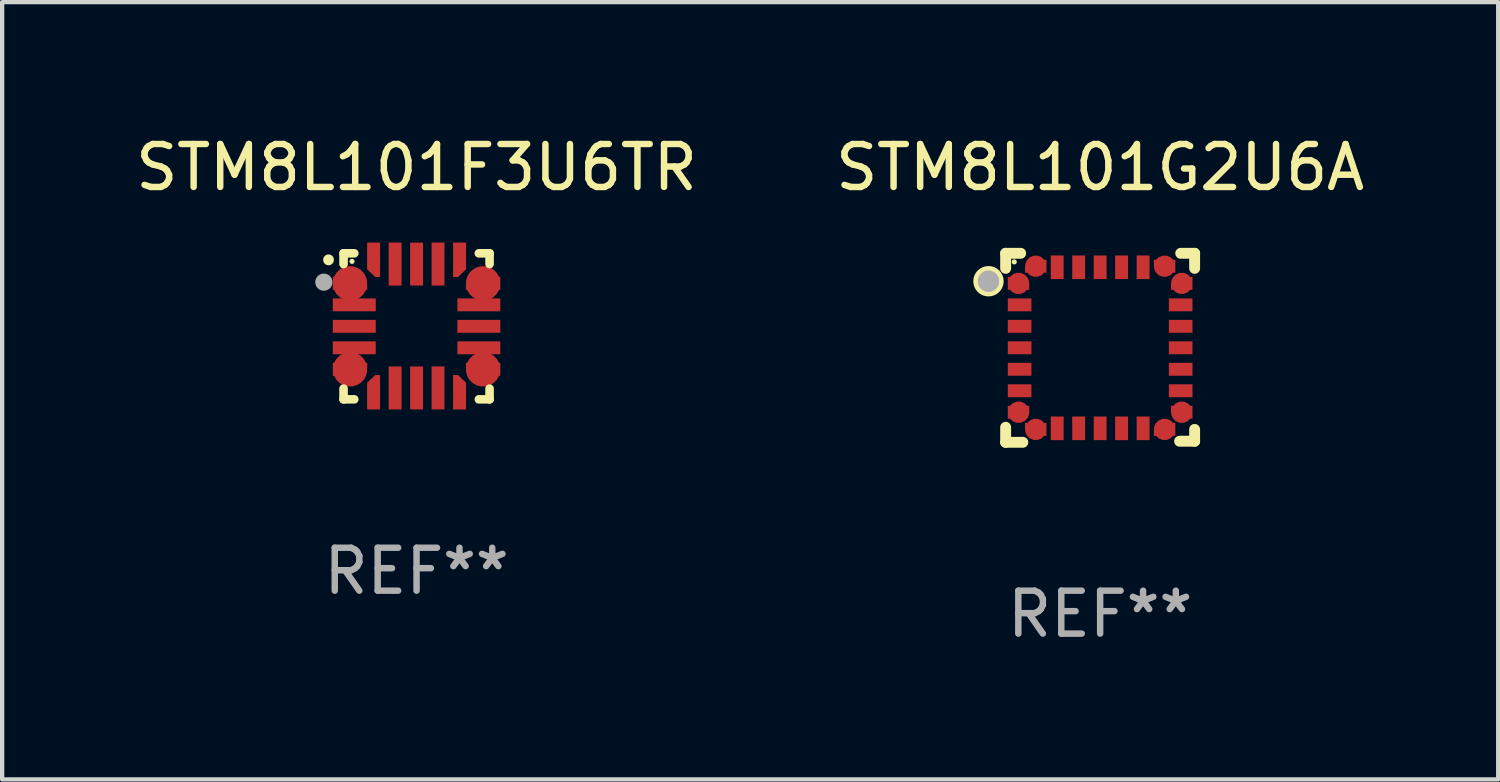
<source format=kicad_pcb>
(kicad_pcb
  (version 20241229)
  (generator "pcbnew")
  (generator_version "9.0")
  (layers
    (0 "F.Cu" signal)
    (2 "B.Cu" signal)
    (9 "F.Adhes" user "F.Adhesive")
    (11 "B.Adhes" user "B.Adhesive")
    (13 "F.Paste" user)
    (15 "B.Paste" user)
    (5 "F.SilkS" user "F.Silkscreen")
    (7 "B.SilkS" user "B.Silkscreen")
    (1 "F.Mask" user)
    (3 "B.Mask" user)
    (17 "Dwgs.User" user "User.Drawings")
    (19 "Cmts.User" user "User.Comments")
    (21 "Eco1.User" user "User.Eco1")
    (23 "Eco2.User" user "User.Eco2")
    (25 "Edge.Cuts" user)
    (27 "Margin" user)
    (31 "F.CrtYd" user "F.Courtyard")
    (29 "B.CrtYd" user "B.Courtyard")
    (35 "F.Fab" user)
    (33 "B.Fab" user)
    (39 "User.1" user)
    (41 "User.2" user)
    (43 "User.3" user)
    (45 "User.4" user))
  (footprint "STM8L101G2U6A"
    (layer "F.Cu")
    (at 22.565 5.048)
    (property "Reference" "STM8L101G2U6A" (at 0 -4.2 0) (layer "F.SilkS") (effects (font (size 1 1) (thickness 0.15))))
    (attr through_hole)
    (fp_line (start -2.2 1.85) (end -2.2 2.2) (stroke (width 0.254) (type solid)) (layer "F.SilkS"))
    (fp_line (start -2.2 2.2) (end -1.8 2.2) (stroke (width 0.254) (type solid)) (layer "F.SilkS"))
    (fp_line (start -2.2 -2.2) (end -2.2 -1.85) (stroke (width 0.254) (type solid)) (layer "F.SilkS"))
    (fp_line (start -1.85 -2.2) (end -2.2 -2.2) (stroke (width 0.254) (type solid)) (layer "F.SilkS"))
    (fp_line (start 1.876 -2.2) (end 2.2 -2.2) (stroke (width 0.254) (type solid)) (layer "F.SilkS"))
    (fp_line (start 2.2 -2.2) (end 2.2 -1.85) (stroke (width 0.254) (type solid)) (layer "F.SilkS"))
    (fp_line (start 2.2 1.9) (end 2.2 2.175) (stroke (width 0.254) (type solid)) (layer "F.SilkS"))
    (fp_line (start 2.2 2.175) (end 1.85 2.175) (stroke (width 0.254) (type solid)) (layer "F.SilkS"))
    (fp_circle (center -2.6 -1.55) (end -2.5 -1.55) (stroke (width 0.254) (type solid)) (fill no) (layer "F.SilkS"))
    (fp_circle (center -2 -2) (end -1.97 -2) (stroke (width 0.06) (type solid)) (fill no) (layer "F.SilkS"))
    (fp_circle (center -2.6 -1.55) (end -2.475 -1.55) (stroke (width 0.25) (type solid)) (fill no) (layer "F.Fab"))
    (fp_text user "REF**" (at 0 6.2 0) (layer "F.Fab") (effects (font (size 1 1) (thickness 0.15))))
    (pad "1" smd custom (at -1.9 -1.5) (size 0.5 0.3) (layers "F.Cu" "F.Mask" "F.Paste") (options (anchor circle)) (primitives (gr_poly (pts (xy -0.25 0.15) (xy 0.25 0.15) (xy 0.25 -0.000076) (xy 0.1 -0.15) (xy -0.25 -0.15)) (width 0) (fill yes))))
    (pad "2" smd rect (at -1.875 -1 90) (size 0.3 0.55) (layers "F.Cu" "F.Mask" "F.Paste"))
    (pad "3" smd rect (at -1.875 -0.5 90) (size 0.3 0.55) (layers "F.Cu" "F.Mask" "F.Paste"))
    (pad "4" smd rect (at -1.875 -0.000152 90) (size 0.3 0.55) (layers "F.Cu" "F.Mask" "F.Paste"))
    (pad "5" smd rect (at -1.875 0.5 90) (size 0.3 0.55) (layers "F.Cu" "F.Mask" "F.Paste"))
    (pad "6" smd rect (at -1.875 1 90) (size 0.3 0.55) (layers "F.Cu" "F.Mask" "F.Paste"))
    (pad "7" smd custom (at -1.9 1.5) (size 0.5 0.3) (layers "F.Cu" "F.Mask" "F.Paste") (options (anchor circle)) (primitives (gr_poly (pts (xy -0.25 -0.15) (xy 0.25 -0.15) (xy 0.25 -0.000102) (xy 0.1 0.15) (xy -0.25 0.15)) (width 0) (fill yes))))
    (pad "8" smd custom (at -1.5 1.9 90) (size 0.5 0.3) (layers "F.Cu" "F.Mask" "F.Paste") (options (anchor circle)) (primitives (gr_poly (pts (xy 0.15 0.25) (xy 0.15 -0.25) (xy -0.000127 -0.25) (xy -0.15 -0.1) (xy -0.15 0.25)) (width 0) (fill yes))))
    (pad "9" smd rect (at -1 1.875) (size 0.3 0.55) (layers "F.Cu" "F.Mask" "F.Paste"))
    (pad "10" smd rect (at -0.5 1.875) (size 0.3 0.55) (layers "F.Cu" "F.Mask" "F.Paste"))
    (pad "11" smd rect (at -0.000152 1.875) (size 0.3 0.55) (layers "F.Cu" "F.Mask" "F.Paste"))
    (pad "12" smd rect (at 0.5 1.875) (size 0.3 0.55) (layers "F.Cu" "F.Mask" "F.Paste"))
    (pad "13" smd rect (at 1 1.875) (size 0.3 0.55) (layers "F.Cu" "F.Mask" "F.Paste"))
    (pad "14" smd custom (at 1.5 1.9 90) (size 0.5 0.3) (layers "F.Cu" "F.Mask" "F.Paste") (options (anchor circle)) (primitives (gr_poly (pts (xy -0.15 0.25) (xy -0.15 -0.25) (xy -0.000051 -0.25) (xy 0.15 -0.1) (xy 0.15 0.25)) (width 0) (fill yes))))
    (pad "15" smd custom (at 1.9 1.5) (size 0.5 0.3) (layers "F.Cu" "F.Mask" "F.Paste") (options (anchor circle)) (primitives (gr_poly (pts (xy 0.25 -0.15) (xy -0.25 -0.15) (xy -0.25 -0.000076) (xy -0.1 0.15) (xy 0.25 0.15)) (width 0) (fill yes))))
    (pad "16" smd rect (at 1.875 1 90) (size 0.3 0.55) (layers "F.Cu" "F.Mask" "F.Paste"))
    (pad "17" smd rect (at 1.875 0.5 90) (size 0.3 0.55) (layers "F.Cu" "F.Mask" "F.Paste"))
    (pad "18" smd rect (at 1.875 -0.000152 90) (size 0.3 0.55) (layers "F.Cu" "F.Mask" "F.Paste"))
    (pad "19" smd rect (at 1.875 -0.5 90) (size 0.3 0.55) (layers "F.Cu" "F.Mask" "F.Paste"))
    (pad "20" smd rect (at 1.875 -1 90) (size 0.3 0.55) (layers "F.Cu" "F.Mask" "F.Paste"))
    (pad "21" smd custom (at 1.9 -1.5) (size 0.5 0.3) (layers "F.Cu" "F.Mask" "F.Paste") (options (anchor circle)) (primitives (gr_poly (pts (xy 0.25 0.15) (xy -0.25 0.15) (xy -0.25 -0.000102) (xy -0.1 -0.15) (xy 0.25 -0.15)) (width 0) (fill yes))))
    (pad "22" smd custom (at 1.5 -1.9 270) (size 0.5 0.3) (layers "F.Cu" "F.Mask" "F.Paste") (options (anchor circle)) (primitives (gr_poly (pts (xy -0.15 -0.25) (xy -0.15 0.25) (xy 0.000025 0.25) (xy 0.15 0.1) (xy 0.15 -0.25)) (width 0) (fill yes))))
    (pad "23" smd rect (at 1 -1.875) (size 0.3 0.55) (layers "F.Cu" "F.Mask" "F.Paste"))
    (pad "24" smd rect (at 0.5 -1.875) (size 0.3 0.55) (layers "F.Cu" "F.Mask" "F.Paste"))
    (pad "25" smd rect (at -0.000152 -1.875) (size 0.3 0.55) (layers "F.Cu" "F.Mask" "F.Paste"))
    (pad "26" smd rect (at -0.5 -1.875) (size 0.3 0.55) (layers "F.Cu" "F.Mask" "F.Paste"))
    (pad "27" smd rect (at -1 -1.875) (size 0.3 0.55) (layers "F.Cu" "F.Mask" "F.Paste"))
    (pad "28" smd custom (at -1.5 -1.9 270) (size 0.5 0.3) (layers "F.Cu" "F.Mask" "F.Paste") (options (anchor circle)) (primitives (gr_poly (pts (xy 0.15 -0.25) (xy 0.15 0.25) (xy -0.000127 0.25) (xy -0.15 0.1) (xy -0.15 -0.25)) (width 0) (fill yes)))))
  (footprint "STM8L101F3U6TR"
    (layer "F.Cu")
    (at 6.649 4.548)
    (property "Reference" "STM8L101F3U6TR" (at 0 -3.7 0) (layer "F.SilkS") (effects (font (size 1 1) (thickness 0.15))))
    (attr through_hole)
    (fp_line (start -1.7 -1.7) (end -1.45 -1.7) (stroke (width 0.2) (type solid)) (layer "F.SilkS"))
    (fp_line (start -1.7 -1.45) (end -1.7 -1.7) (stroke (width 0.2) (type solid)) (layer "F.SilkS"))
    (fp_line (start -1.7 1.45) (end -1.7 1.7) (stroke (width 0.2) (type solid)) (layer "F.SilkS"))
    (fp_line (start -1.7 1.7) (end -1.45 1.7) (stroke (width 0.2) (type solid)) (layer "F.SilkS"))
    (fp_line (start 1.45 -1.7) (end 1.7 -1.7) (stroke (width 0.2) (type solid)) (layer "F.SilkS"))
    (fp_line (start 1.45 1.7) (end 1.7 1.7) (stroke (width 0.2) (type solid)) (layer "F.SilkS"))
    (fp_line (start 1.7 -1.7) (end 1.7 -1.45) (stroke (width 0.2) (type solid)) (layer "F.SilkS"))
    (fp_line (start 1.7 1.7) (end 1.7 1.45) (stroke (width 0.2) (type solid)) (layer "F.SilkS"))
    (fp_arc (start -2.049784 -1.546863) (mid -2.04979 -1.548133) (end -2.049784 -1.549403) (stroke (width 0.25) (type solid)) (layer "F.SilkS"))
    (fp_circle (center -1.503 -1.512) (end -1.473 -1.512) (stroke (width 0.06) (type solid)) (fill no) (layer "F.SilkS"))
    (fp_circle (center -2.159 -1.028) (end -2.059 -1.028) (stroke (width 0.2) (type solid)) (fill no) (layer "F.Fab"))
    (fp_text user "REF**" (at 0 5.7 0) (layer "F.Fab") (effects (font (size 1 1) (thickness 0.15))))
    (pad "1" smd custom (at -1.549 -1) (size 0.803 0.302) (layers "F.Cu" "F.Mask" "F.Paste") (options (anchor circle)) (primitives (gr_poly (pts (xy -0.401 -0.151) (xy 0.221 -0.151) (xy 0.399 0.036) (xy 0.401 0.15) (xy -0.401 0.151)) (width 0) (fill yes))))
    (pad "2" smd rect (at -1.45 -0.5 90) (size 0.3 1) (layers "F.Cu" "F.Mask" "F.Paste"))
    (pad "3" smd rect (at -1.45 0 90) (size 0.3 1) (layers "F.Cu" "F.Mask" "F.Paste"))
    (pad "4" smd rect (at -1.45 0.5 90) (size 0.3 1) (layers "F.Cu" "F.Mask" "F.Paste"))
    (pad "5" smd custom (at -1.549 1.001) (size 0.803 0.302) (layers "F.Cu" "F.Mask" "F.Paste") (options (anchor circle)) (primitives (gr_poly (pts (xy -0.401 0.151) (xy 0.221 0.151) (xy 0.399 -0.037) (xy 0.401 -0.15) (xy -0.401 -0.152)) (width 0) (fill yes))))
    (pad "6" smd custom (at -1 1.552) (size 0.302 0.803) (layers "F.Cu" "F.Mask" "F.Paste") (options (anchor circle)) (primitives (gr_poly (pts (xy -0.151 0.383) (xy -0.151 -0.239) (xy 0.036 -0.418) (xy 0.15 -0.42) (xy 0.151 0.383)) (width 0) (fill yes))))
    (pad "7" smd rect (at -0.5 1.435) (size 0.3 1) (layers "F.Cu" "F.Mask" "F.Paste"))
    (pad "8" smd rect (at 0 1.435) (size 0.3 1) (layers "F.Cu" "F.Mask" "F.Paste"))
    (pad "9" smd rect (at 0.5 1.435) (size 0.3 1) (layers "F.Cu" "F.Mask" "F.Paste"))
    (pad "10" smd custom (at 1.001 1.552) (size 0.302 0.803) (layers "F.Cu" "F.Mask" "F.Paste") (options (anchor circle)) (primitives (gr_poly (pts (xy 0.151 0.383) (xy 0.151 -0.239) (xy -0.036 -0.418) (xy -0.15 -0.42) (xy -0.151 0.383)) (width 0) (fill yes))))
    (pad "11" smd custom (at 1.549 1.001) (size 0.803 0.302) (layers "F.Cu" "F.Mask" "F.Paste") (options (anchor circle)) (primitives (gr_poly (pts (xy 0.401 0.151) (xy -0.221 0.151) (xy -0.399 -0.037) (xy -0.401 -0.15) (xy 0.401 -0.152)) (width 0) (fill yes))))
    (pad "12" smd rect (at 1.45 0.5 90) (size 0.3 1) (layers "F.Cu" "F.Mask" "F.Paste"))
    (pad "13" smd rect (at 1.45 0 90) (size 0.3 1) (layers "F.Cu" "F.Mask" "F.Paste"))
    (pad "14" smd rect (at 1.45 -0.5 90) (size 0.3 1) (layers "F.Cu" "F.Mask" "F.Paste"))
    (pad "15" smd custom (at 1.549 -1) (size 0.803 0.302) (layers "F.Cu" "F.Mask" "F.Paste") (options (anchor circle)) (primitives (gr_poly (pts (xy 0.401 -0.151) (xy -0.221 -0.151) (xy -0.399 0.036) (xy -0.401 0.15) (xy 0.401 0.151)) (width 0) (fill yes))))
    (pad "16" smd custom (at 1.001 -1.567) (size 0.302 0.803) (layers "F.Cu" "F.Mask" "F.Paste") (options (anchor circle)) (primitives (gr_poly (pts (xy 0.151 -0.383) (xy 0.151 0.239) (xy -0.036 0.418) (xy -0.15 0.42) (xy -0.151 -0.383)) (width 0) (fill yes))))
    (pad "17" smd rect (at 0.5 -1.45) (size 0.3 1) (layers "F.Cu" "F.Mask" "F.Paste"))
    (pad "18" smd rect (at 0 -1.45) (size 0.3 1) (layers "F.Cu" "F.Mask" "F.Paste"))
    (pad "19" smd rect (at -0.5 -1.45) (size 0.3 1) (layers "F.Cu" "F.Mask" "F.Paste"))
    (pad "20" smd custom (at -1 -1.567) (size 0.302 0.803) (layers "F.Cu" "F.Mask" "F.Paste") (options (anchor circle)) (primitives (gr_poly (pts (xy -0.151 -0.383) (xy -0.151 0.239) (xy 0.036 0.418) (xy 0.15 0.42) (xy 0.151 -0.383)) (width 0) (fill yes)))))
  (gr_rect
    (start -3 -3)
    (end 31.833 15.097)
    (stroke (width 0.1) (type default))
    (fill no)
    (layer "Edge.Cuts")))
</source>
